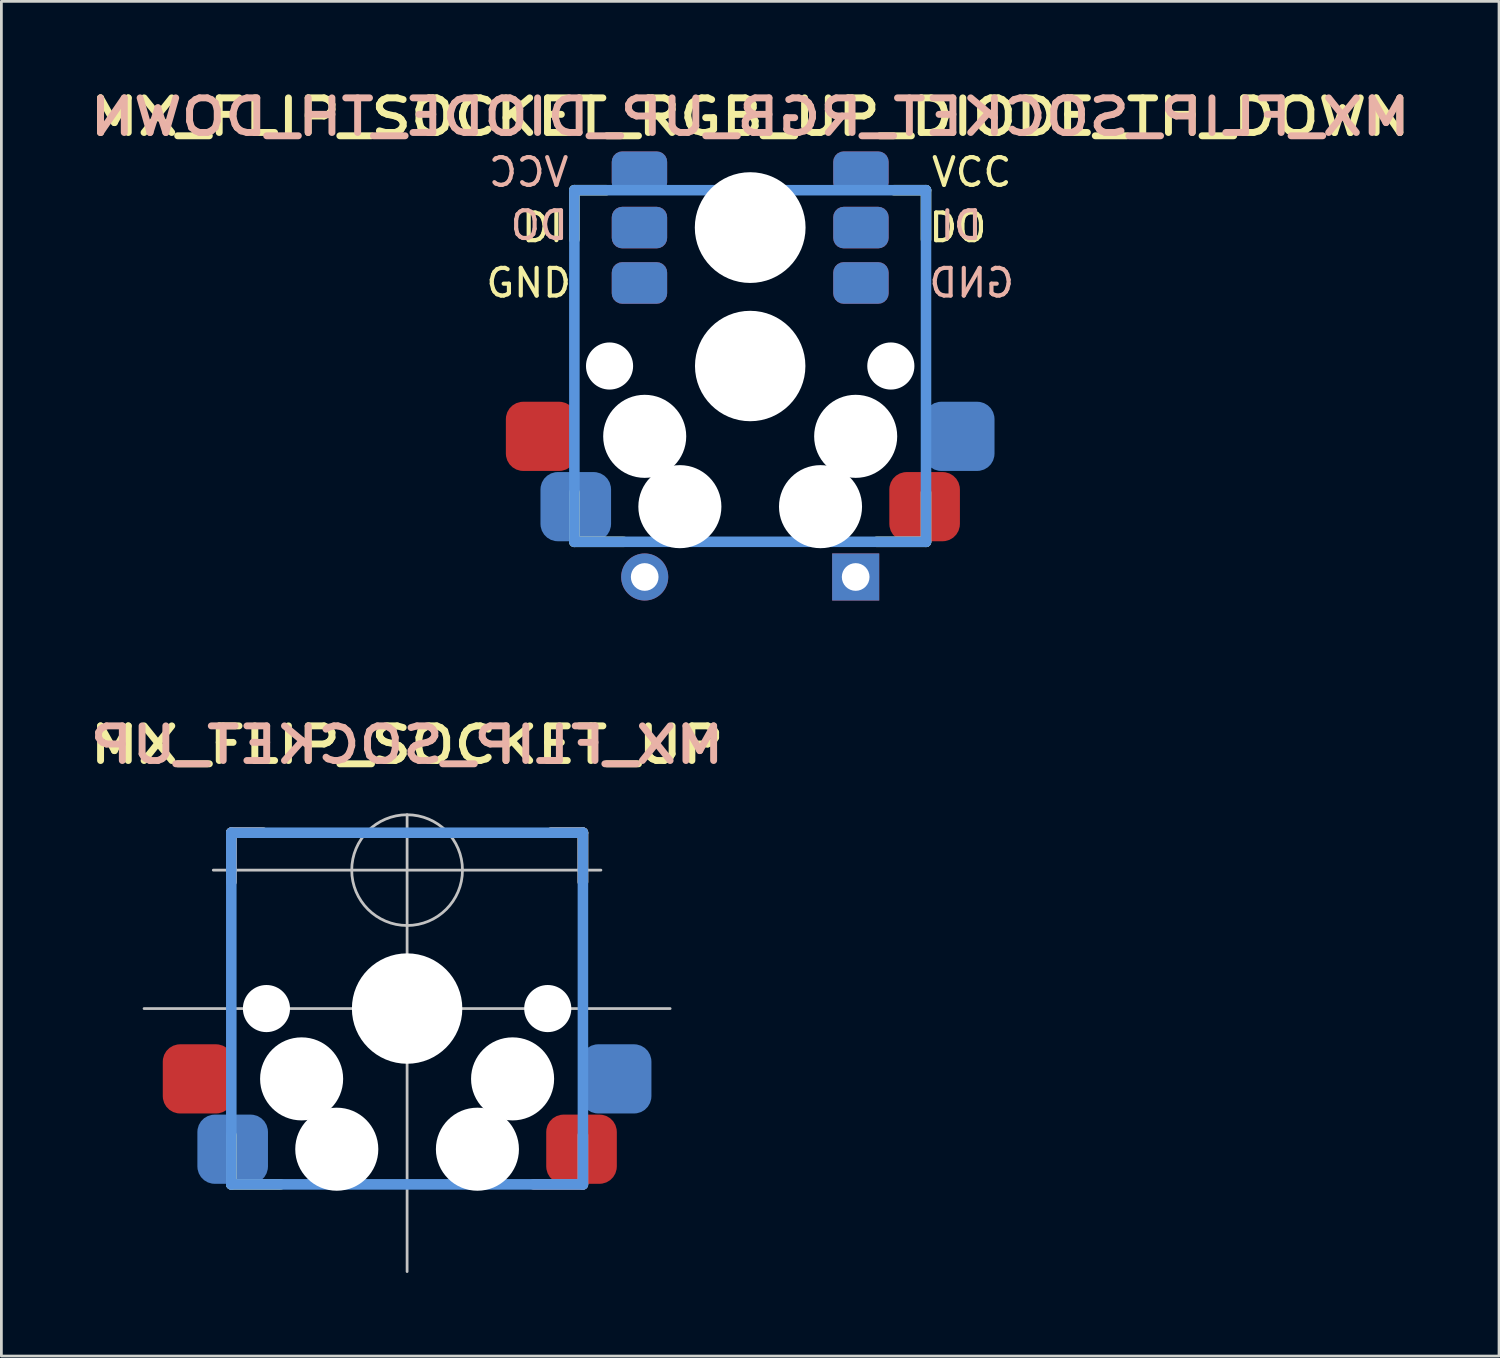
<source format=kicad_pcb>
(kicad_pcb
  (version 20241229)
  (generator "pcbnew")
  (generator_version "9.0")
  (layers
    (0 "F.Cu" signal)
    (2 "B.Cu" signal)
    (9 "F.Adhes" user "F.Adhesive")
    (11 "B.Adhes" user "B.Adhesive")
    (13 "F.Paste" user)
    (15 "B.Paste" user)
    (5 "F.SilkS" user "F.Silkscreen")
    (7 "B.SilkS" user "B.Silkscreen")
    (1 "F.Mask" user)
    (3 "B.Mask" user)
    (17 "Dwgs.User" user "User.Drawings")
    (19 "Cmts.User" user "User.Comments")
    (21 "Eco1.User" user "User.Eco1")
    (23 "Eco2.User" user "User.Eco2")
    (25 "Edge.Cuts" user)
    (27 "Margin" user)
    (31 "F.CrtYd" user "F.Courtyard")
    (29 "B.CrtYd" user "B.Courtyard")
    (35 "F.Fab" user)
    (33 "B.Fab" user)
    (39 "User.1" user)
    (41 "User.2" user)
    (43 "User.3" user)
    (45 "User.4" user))
  (footprint "MX_FLIP_SOCKET_UP"
    (layer "F.Cu")
    (at 11.654 33.378)
    (property "Reference" "MX_FLIP_SOCKET_UP" (at 0 -9.525 180) (layer "F.SilkS") (effects (font (size 1.25 1.5) (thickness 0.25))))
    (attr through_hole)
    (fp_line (start -6.35 -6.35) (end -5.2 -6.35) (stroke (width 0.381) (type solid)) (layer "F.SilkS"))
    (fp_line (start -6.35 -4.572) (end -6.35 -6.35) (stroke (width 0.381) (type solid)) (layer "F.SilkS"))
    (fp_line (start -6.35 6.35) (end -6.35 4.572) (stroke (width 0.381) (type solid)) (layer "F.SilkS"))
    (fp_line (start -4.572 6.35) (end -6.35 6.35) (stroke (width 0.381) (type solid)) (layer "F.SilkS"))
    (fp_line (start 5.2 -6.35) (end 6.35 -6.35) (stroke (width 0.381) (type solid)) (layer "F.SilkS"))
    (fp_line (start 6.35 -6.35) (end 6.35 -4.572) (stroke (width 0.381) (type solid)) (layer "F.SilkS"))
    (fp_line (start -6.35 -6.35) (end -5.2 -6.35) (stroke (width 0.381) (type solid)) (layer "B.SilkS"))
    (fp_line (start -6.35 -4.572) (end -6.35 -6.35) (stroke (width 0.381) (type solid)) (layer "B.SilkS"))
    (fp_line (start 5.2 -6.35) (end 6.35 -6.35) (stroke (width 0.381) (type solid)) (layer "B.SilkS"))
    (fp_line (start 6.35 -6.35) (end 6.35 -4.572) (stroke (width 0.381) (type solid)) (layer "B.SilkS"))
    (fp_line (start 6.35 4.572) (end 6.35 6.35) (stroke (width 0.381) (type solid)) (layer "B.SilkS"))
    (fp_line (start 6.35 6.35) (end 4.572 6.35) (stroke (width 0.381) (type solid)) (layer "B.SilkS"))
    (fp_line (start -9.5 0) (end 9.5 0) (stroke (width 0.1) (type solid)) (layer "Dwgs.User"))
    (fp_line (start -7 -5) (end 7 -5) (stroke (width 0.1) (type solid)) (layer "Dwgs.User"))
    (fp_line (start 0 -7) (end 0 9.5) (stroke (width 0.1) (type solid)) (layer "Dwgs.User"))
    (fp_circle (center 0 -5) (end 2 -5) (stroke (width 0.1) (type solid)) (fill no) (layer "Dwgs.User"))
    (fp_line (start -6.35 -6.35) (end 6.35 -6.35) (stroke (width 0.381) (type solid)) (layer "Cmts.User"))
    (fp_line (start -6.35 6.35) (end -6.35 -6.35) (stroke (width 0.381) (type solid)) (layer "Cmts.User"))
    (fp_line (start 6.35 -6.35) (end 6.35 6.35) (stroke (width 0.381) (type solid)) (layer "Cmts.User"))
    (fp_line (start 6.35 6.35) (end -6.35 6.35) (stroke (width 0.381) (type solid)) (layer "Cmts.User"))
    (fp_line (start -9.5 -9.5) (end 9.5 -9.5) (stroke (width 0.025) (type solid)) (layer "Eco2.User"))
    (fp_line (start -9.5 9.5) (end -9.5 -9.5) (stroke (width 0.025) (type solid)) (layer "Eco2.User"))
    (fp_line (start -7 -7) (end 7 -7) (stroke (width 0.025) (type solid)) (layer "Eco2.User"))
    (fp_line (start -7 7) (end -7 -7) (stroke (width 0.025) (type solid)) (layer "Eco2.User"))
    (fp_line (start 7 7) (end -7 7) (stroke (width 0.025) (type solid)) (layer "Eco2.User"))
    (fp_line (start 7 7) (end 7 -7) (stroke (width 0.025) (type solid)) (layer "Eco2.User"))
    (fp_line (start 9.5 -9.5) (end 9.5 9.5) (stroke (width 0.025) (type solid)) (layer "Eco2.User"))
    (fp_line (start 9.5 9.5) (end -9.5 9.5) (stroke (width 0.025) (type solid)) (layer "Eco2.User"))
    (fp_text user "${REFERENCE}" (at 0 -9.525 0) (layer "B.SilkS") (effects (font (size 1.25 1.5) (thickness 0.25)) (justify mirror)))
    (pad "" np_thru_hole circle (at -5.08 0 180) (size 1.702 1.702) (drill 1.702) (layers "*.Cu" "*.Mask"))
    (pad "" np_thru_hole circle (at -3.81 2.54 180) (size 3 3) (drill 3) (layers "*.Cu" "*.Mask"))
    (pad "" np_thru_hole circle (at -2.54 5.08 180) (size 3 3) (drill 3) (layers "*.Cu" "*.Mask"))
    (pad "" np_thru_hole circle (at 0 0 180) (size 3.988 3.988) (drill 3.988) (layers "*.Cu" "*.Mask"))
    (pad "" np_thru_hole circle (at 2.54 5.08 180) (size 3 3) (drill 3) (layers "*.Cu" "*.Mask"))
    (pad "" np_thru_hole circle (at 3.81 2.54 180) (size 3 3) (drill 3) (layers "*.Cu" "*.Mask"))
    (pad "" np_thru_hole circle (at 5.08 0 180) (size 1.702 1.702) (drill 1.702) (layers "*.Cu" "*.Mask"))
    (pad "1" smd roundrect (at 6.3 5.08 180) (size 2.55 2.5) (layers "F.Cu" "F.Mask" "F.Paste") (roundrect_rratio 0.25))
    (pad "1" smd roundrect (at 7.55 2.54 180) (size 2.55 2.5) (layers "B.Cu" "B.Mask" "B.Paste") (roundrect_rratio 0.25))
    (pad "2" smd roundrect (at -7.55 2.54 180) (size 2.55 2.5) (layers "F.Cu" "F.Mask" "F.Paste") (roundrect_rratio 0.25))
    (pad "2" smd roundrect (at -6.3 5.08 180) (size 2.55 2.5) (layers "B.Cu" "B.Mask" "B.Paste") (roundrect_rratio 0.25)))
  (footprint "MX_FLIP_SOCKET_RGB_UP_DIODE_TH_DOWN"
    (layer "F.Cu")
    (at 24.046 10.17)
    (property "Reference" "MX_FLIP_SOCKET_RGB_UP_DIODE_TH_DOWN" (at 0 -9 180) (layer "F.SilkS") (effects (font (size 1.25 1.5) (thickness 0.25))))
    (attr through_hole)
    (fp_line (start -6.35 -6.35) (end -5.2 -6.35) (stroke (width 0.381) (type solid)) (layer "F.SilkS"))
    (fp_line (start -6.35 -4.572) (end -6.35 -6.35) (stroke (width 0.381) (type solid)) (layer "F.SilkS"))
    (fp_line (start -6.35 6.35) (end -6.35 4.572) (stroke (width 0.381) (type solid)) (layer "F.SilkS"))
    (fp_line (start -4.572 6.35) (end -6.35 6.35) (stroke (width 0.381) (type solid)) (layer "F.SilkS"))
    (fp_line (start 5.2 -6.35) (end 6.35 -6.35) (stroke (width 0.381) (type solid)) (layer "F.SilkS"))
    (fp_line (start 6.35 -6.35) (end 6.35 -4.572) (stroke (width 0.381) (type solid)) (layer "F.SilkS"))
    (fp_line (start 6.35 4.572) (end 6.35 6.35) (stroke (width 0.381) (type solid)) (layer "F.SilkS"))
    (fp_line (start 6.35 6.35) (end 4.572 6.35) (stroke (width 0.381) (type solid)) (layer "F.SilkS"))
    (fp_line (start -6.35 -6.35) (end 6.35 -6.35) (stroke (width 0.381) (type solid)) (layer "Cmts.User"))
    (fp_line (start -6.35 6.35) (end -6.35 -6.35) (stroke (width 0.381) (type solid)) (layer "Cmts.User"))
    (fp_line (start 6.35 -6.35) (end 6.35 6.35) (stroke (width 0.381) (type solid)) (layer "Cmts.User"))
    (fp_line (start 6.35 6.35) (end -6.35 6.35) (stroke (width 0.381) (type solid)) (layer "Cmts.User"))
    (fp_line (start -9.5 -9.5) (end 9.5 -9.5) (stroke (width 0.025) (type solid)) (layer "Eco2.User"))
    (fp_line (start -9.5 9.5) (end -9.5 -9.5) (stroke (width 0.025) (type solid)) (layer "Eco2.User"))
    (fp_line (start -7 -7) (end 7 -7) (stroke (width 0.025) (type solid)) (layer "Eco2.User"))
    (fp_line (start -7 7) (end -7 -7) (stroke (width 0.025) (type solid)) (layer "Eco2.User"))
    (fp_line (start 7 7) (end -7 7) (stroke (width 0.025) (type solid)) (layer "Eco2.User"))
    (fp_line (start 7 7) (end 7 -7) (stroke (width 0.025) (type solid)) (layer "Eco2.User"))
    (fp_line (start 9.5 -9.5) (end 9.5 9.5) (stroke (width 0.025) (type solid)) (layer "Eco2.User"))
    (fp_line (start 9.5 9.5) (end -9.5 9.5) (stroke (width 0.025) (type solid)) (layer "Eco2.User"))
    (fp_text user "DO" (at 7.5 -5 0) (layer "F.SilkS") (effects (font (size 1 1) (thickness 0.15))))
    (fp_text user "GND" (at -8 -3 0) (layer "F.SilkS") (effects (font (size 1 1) (thickness 0.15))))
    (fp_text user "VCC" (at 8 -7 0) (layer "F.SilkS") (effects (font (size 1 1) (thickness 0.15))))
    (fp_text user "DI" (at -7.5 -5 0) (layer "F.SilkS") (effects (font (size 1 1) (thickness 0.15))))
    (fp_text user "${REFERENCE}" (at 0 -9 0) (layer "B.SilkS") (effects (font (size 1.25 1.5) (thickness 0.25)) (justify mirror)))
    (fp_text user "DI" (at 7.62 -5.08 0) (layer "B.SilkS") (effects (font (size 1 1) (thickness 0.15)) (justify mirror)))
    (fp_text user "DO" (at -7.62 -5.08 0) (layer "B.SilkS") (effects (font (size 1 1) (thickness 0.15)) (justify mirror)))
    (fp_text user "VCC" (at -8 -7 0) (layer "B.SilkS") (effects (font (size 1 1) (thickness 0.15)) (justify mirror)))
    (fp_text user "GND" (at 8 -3 0) (layer "B.SilkS") (effects (font (size 1 1) (thickness 0.15)) (justify mirror)))
    (pad "" np_thru_hole circle (at -5.08 0 180) (size 1.702 1.702) (drill 1.702) (layers "*.Cu" "*.Mask"))
    (pad "" np_thru_hole circle (at -3.81 2.54 180) (size 3 3) (drill 3) (layers "*.Cu" "*.Mask"))
    (pad "" np_thru_hole circle (at -2.54 5.08 180) (size 3 3) (drill 3) (layers "*.Cu" "*.Mask"))
    (pad "" np_thru_hole circle (at 0 -5 180) (size 4 4) (drill 4) (layers "*.Cu" "*.Mask"))
    (pad "" np_thru_hole circle (at 0 0 180) (size 3.988 3.988) (drill 3.988) (layers "*.Cu" "*.Mask"))
    (pad "" np_thru_hole circle (at 2.54 5.08 180) (size 3 3) (drill 3) (layers "*.Cu" "*.Mask"))
    (pad "" np_thru_hole circle (at 3.81 2.54 180) (size 3 3) (drill 3) (layers "*.Cu" "*.Mask"))
    (pad "" np_thru_hole circle (at 5.08 0 180) (size 1.702 1.702) (drill 1.702) (layers "*.Cu" "*.Mask"))
    (pad "1" smd roundrect (at 6.3 5.08 180) (size 2.55 2.5) (layers "F.Cu" "F.Mask" "F.Paste") (roundrect_rratio 0.25))
    (pad "1" smd roundrect (at 7.55 2.54 180) (size 2.55 2.5) (layers "B.Cu" "B.Mask" "B.Paste") (roundrect_rratio 0.25))
    (pad "2" smd roundrect (at -7.55 2.54 180) (size 2.55 2.5) (layers "F.Cu" "F.Mask" "F.Paste") (roundrect_rratio 0.25))
    (pad "2" smd roundrect (at -6.3 5.08 180) (size 2.55 2.5) (layers "B.Cu" "B.Mask" "B.Paste") (roundrect_rratio 0.25))
    (pad "3" thru_hole circle (at -3.81 7.62) (size 1.7 1.7) (drill 1) (layers "*.Cu" "*.Mask"))
    (pad "4" thru_hole rect (at 3.81 7.62) (size 1.7 1.7) (drill 1) (layers "*.Cu" "*.Mask"))
    (pad "5" smd roundrect (at -4 -5 180) (size 2 1.5) (layers "F.Cu" "F.Mask" "F.Paste") (roundrect_rratio 0.25))
    (pad "5" smd roundrect (at 4 -5 180) (size 2 1.5) (layers "B.Cu" "B.Mask" "B.Paste") (roundrect_rratio 0.25))
    (pad "6" smd roundrect (at -4 -5 180) (size 2 1.5) (layers "B.Cu" "B.Mask" "B.Paste") (roundrect_rratio 0.25))
    (pad "6" smd roundrect (at 4 -5 180) (size 2 1.5) (layers "F.Cu" "F.Mask" "F.Paste") (roundrect_rratio 0.25))
    (pad "7" smd roundrect (at -4 -7 180) (size 2 1.5) (layers "F.Cu" "F.Mask" "F.Paste") (roundrect_rratio 0.25))
    (pad "7" smd roundrect (at -4 -7 180) (size 2 1.5) (layers "B.Cu" "B.Mask" "B.Paste") (roundrect_rratio 0.25))
    (pad "7" smd roundrect (at 4 -7 180) (size 2 1.5) (layers "F.Cu" "F.Mask" "F.Paste") (roundrect_rratio 0.25))
    (pad "7" smd roundrect (at 4 -7 180) (size 2 1.5) (layers "B.Cu" "B.Mask" "B.Paste") (roundrect_rratio 0.25))
    (pad "8" smd roundrect (at -4 -3 180) (size 2 1.5) (layers "F.Cu" "F.Mask" "F.Paste") (roundrect_rratio 0.25))
    (pad "8" smd roundrect (at -4 -3 180) (size 2 1.5) (layers "B.Cu" "B.Mask" "B.Paste") (roundrect_rratio 0.25))
    (pad "8" smd roundrect (at 4 -3 180) (size 2 1.5) (layers "F.Cu" "F.Mask" "F.Paste") (roundrect_rratio 0.25))
    (pad "8" smd roundrect (at 4 -3 180) (size 2 1.5) (layers "B.Cu" "B.Mask" "B.Paste") (roundrect_rratio 0.25)))
  (gr_rect
    (start -3 -3)
    (end 51.093 45.928)
    (stroke (width 0.1) (type default))
    (fill no)
    (layer "Edge.Cuts")))
</source>
